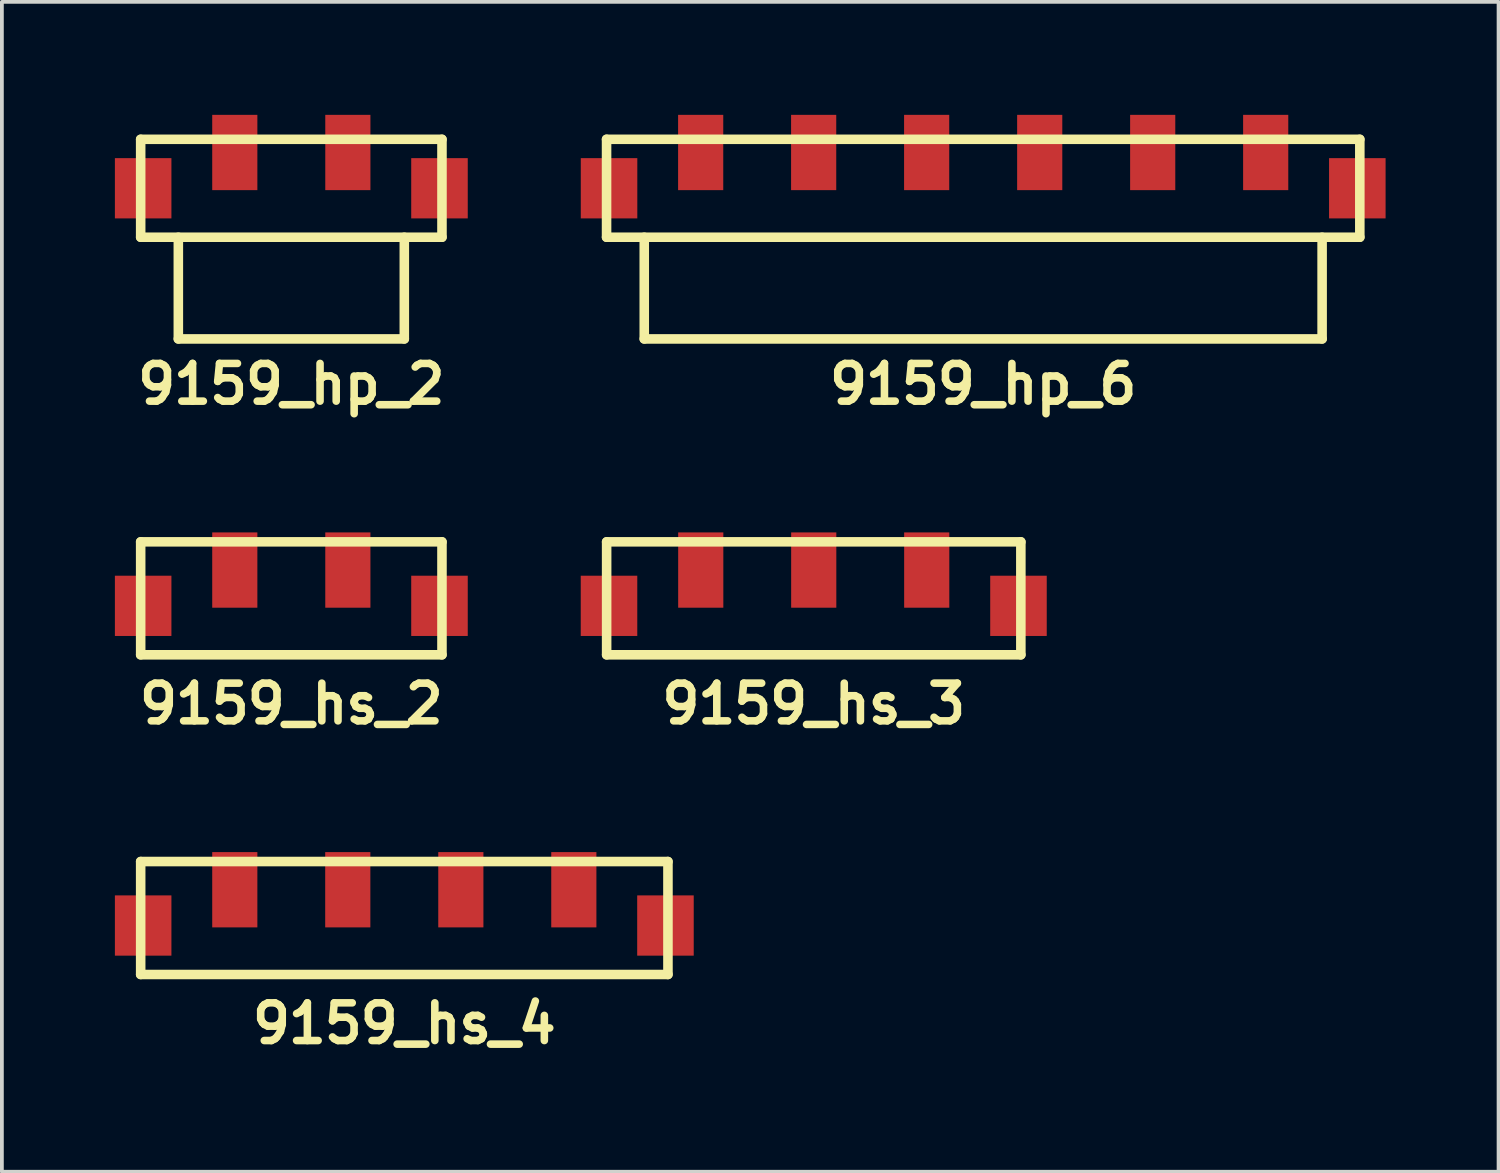
<source format=kicad_pcb>
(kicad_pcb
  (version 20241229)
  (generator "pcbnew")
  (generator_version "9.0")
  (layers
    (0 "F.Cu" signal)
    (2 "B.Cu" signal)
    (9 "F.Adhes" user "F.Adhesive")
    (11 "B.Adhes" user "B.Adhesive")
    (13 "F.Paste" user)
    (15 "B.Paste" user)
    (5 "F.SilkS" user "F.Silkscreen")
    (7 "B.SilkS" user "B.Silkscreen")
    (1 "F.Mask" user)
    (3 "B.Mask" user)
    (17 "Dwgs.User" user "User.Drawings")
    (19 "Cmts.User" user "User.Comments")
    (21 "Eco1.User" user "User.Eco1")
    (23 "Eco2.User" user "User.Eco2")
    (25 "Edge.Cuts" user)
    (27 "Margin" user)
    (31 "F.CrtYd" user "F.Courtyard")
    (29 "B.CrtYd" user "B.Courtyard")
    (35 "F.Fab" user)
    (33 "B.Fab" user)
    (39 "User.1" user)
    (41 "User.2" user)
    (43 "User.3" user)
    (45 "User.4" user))
  (footprint "9159_hp_2"
    (layer "F.Cu")
    (at 4.685 1.949)
    (property "Reference" "9159_hp_2" (at 0 5.199 0) (layer "F.SilkS") (effects (font (size 1.001 1.001) (thickness 0.201))))
    (attr through_hole)
    (fp_line (start -4 -1.3) (end -4 1.3) (stroke (width 0.254) (type solid)) (layer "F.SilkS"))
    (fp_line (start -4 1.3) (end 4 1.3) (stroke (width 0.254) (type solid)) (layer "F.SilkS"))
    (fp_line (start -3 1.3) (end -3 4) (stroke (width 0.254) (type solid)) (layer "F.SilkS"))
    (fp_line (start -3 4) (end 3 4) (stroke (width 0.254) (type solid)) (layer "F.SilkS"))
    (fp_line (start 3 4) (end 3 1.3) (stroke (width 0.254) (type solid)) (layer "F.SilkS"))
    (fp_line (start 4 -1.3) (end -4 -1.3) (stroke (width 0.254) (type solid)) (layer "F.SilkS"))
    (fp_line (start 4 1.3) (end 4 -1.3) (stroke (width 0.254) (type solid)) (layer "F.SilkS"))
    (pad "1" smd rect (at -1.501 -0.95) (size 1.199 1.999) (layers "F.Cu" "F.Mask" "F.Paste"))
    (pad "2" smd rect (at 1.501 -0.95) (size 1.199 1.999) (layers "F.Cu" "F.Mask" "F.Paste"))
    (pad "3" smd rect (at -3.934 0) (size 1.501 1.6) (layers "F.Cu" "F.Mask" "F.Paste"))
    (pad "3" smd rect (at 3.934 0) (size 1.501 1.6) (layers "F.Cu" "F.Mask" "F.Paste")))
  (footprint "9159_hs_4"
    (layer "F.Cu")
    (at 7.685 21.524)
    (property "Reference" "9159_hs_4" (at 0 2.601 0) (layer "F.SilkS") (effects (font (size 1.001 1.001) (thickness 0.201))))
    (attr through_hole)
    (fp_line (start -7 -1.699) (end -7 1.3) (stroke (width 0.254) (type solid)) (layer "F.SilkS"))
    (fp_line (start -7 1.3) (end 7 1.3) (stroke (width 0.254) (type solid)) (layer "F.SilkS"))
    (fp_line (start 7 -1.699) (end -7 -1.699) (stroke (width 0.254) (type solid)) (layer "F.SilkS"))
    (fp_line (start 7 -1.699) (end 7 1.3) (stroke (width 0.254) (type solid)) (layer "F.SilkS"))
    (pad "1" smd rect (at -4.501 -0.95) (size 1.199 1.999) (layers "F.Cu" "F.Mask" "F.Paste"))
    (pad "2" smd rect (at -1.501 -0.95) (size 1.199 1.999) (layers "F.Cu" "F.Mask" "F.Paste"))
    (pad "3" smd rect (at 1.501 -0.95) (size 1.199 1.999) (layers "F.Cu" "F.Mask" "F.Paste"))
    (pad "4" smd rect (at 4.501 -0.95) (size 1.199 1.999) (layers "F.Cu" "F.Mask" "F.Paste"))
    (pad "5" smd rect (at -6.934 0) (size 1.501 1.6) (layers "F.Cu" "F.Mask" "F.Paste"))
    (pad "5" smd rect (at 6.934 0) (size 1.501 1.6) (layers "F.Cu" "F.Mask" "F.Paste")))
  (footprint "9159_hp_6"
    (layer "F.Cu")
    (at 23.055 1.949)
    (property "Reference" "9159_hp_6" (at 0 5.199 0) (layer "F.SilkS") (effects (font (size 1.001 1.001) (thickness 0.201))))
    (attr through_hole)
    (fp_line (start -10 -1.3) (end -10 1.3) (stroke (width 0.254) (type solid)) (layer "F.SilkS"))
    (fp_line (start -10 -1.3) (end 10 -1.3) (stroke (width 0.254) (type solid)) (layer "F.SilkS"))
    (fp_line (start -8.999 1.3) (end -8.999 4) (stroke (width 0.254) (type solid)) (layer "F.SilkS"))
    (fp_line (start 8.999 4) (end -8.999 4) (stroke (width 0.254) (type solid)) (layer "F.SilkS"))
    (fp_line (start 8.999 4) (end 8.999 1.3) (stroke (width 0.254) (type solid)) (layer "F.SilkS"))
    (fp_line (start 10 1.3) (end -10 1.3) (stroke (width 0.254) (type solid)) (layer "F.SilkS"))
    (fp_line (start 10 1.3) (end 10 -1.3) (stroke (width 0.254) (type solid)) (layer "F.SilkS"))
    (pad "1" smd rect (at -7.501 -0.95) (size 1.199 1.999) (layers "F.Cu" "F.Mask" "F.Paste"))
    (pad "2" smd rect (at -4.501 -0.95) (size 1.199 1.999) (layers "F.Cu" "F.Mask" "F.Paste"))
    (pad "3" smd rect (at -1.501 -0.95) (size 1.199 1.999) (layers "F.Cu" "F.Mask" "F.Paste"))
    (pad "4" smd rect (at 1.501 -0.95) (size 1.199 1.999) (layers "F.Cu" "F.Mask" "F.Paste"))
    (pad "5" smd rect (at 4.501 -0.95) (size 1.199 1.999) (layers "F.Cu" "F.Mask" "F.Paste"))
    (pad "6" smd rect (at 7.501 -0.95) (size 1.199 1.999) (layers "F.Cu" "F.Mask" "F.Paste"))
    (pad "7" smd rect (at -9.934 0) (size 1.501 1.6) (layers "F.Cu" "F.Mask" "F.Paste"))
    (pad "7" smd rect (at 9.934 0) (size 1.501 1.6) (layers "F.Cu" "F.Mask" "F.Paste")))
  (footprint "9159_hs_3"
    (layer "F.Cu")
    (at 18.556 13.036)
    (property "Reference" "9159_hs_3" (at 0 2.601 0) (layer "F.SilkS") (effects (font (size 1.001 1.001) (thickness 0.201))))
    (attr through_hole)
    (fp_line (start -5.499 -1.699) (end -5.499 1.3) (stroke (width 0.254) (type solid)) (layer "F.SilkS"))
    (fp_line (start -5.499 -1.699) (end 5.499 -1.699) (stroke (width 0.254) (type solid)) (layer "F.SilkS"))
    (fp_line (start 5.499 -1.699) (end 5.499 1.3) (stroke (width 0.254) (type solid)) (layer "F.SilkS"))
    (fp_line (start 5.499 1.3) (end -5.499 1.3) (stroke (width 0.254) (type solid)) (layer "F.SilkS"))
    (pad "1" smd rect (at -3 -0.95) (size 1.199 1.999) (layers "F.Cu" "F.Mask" "F.Paste"))
    (pad "2" smd rect (at 0 -0.95) (size 1.199 1.999) (layers "F.Cu" "F.Mask" "F.Paste"))
    (pad "3" smd rect (at 3 -0.95) (size 1.199 1.999) (layers "F.Cu" "F.Mask" "F.Paste"))
    (pad "4" smd rect (at -5.436 0) (size 1.501 1.6) (layers "F.Cu" "F.Mask" "F.Paste"))
    (pad "4" smd rect (at 5.436 0) (size 1.501 1.6) (layers "F.Cu" "F.Mask" "F.Paste")))
  (footprint "9159_hs_2"
    (layer "F.Cu")
    (at 4.685 13.036)
    (property "Reference" "9159_hs_2" (at 0 2.601 0) (layer "F.SilkS") (effects (font (size 1.001 1.001) (thickness 0.201))))
    (attr through_hole)
    (fp_line (start -4 -1.699) (end -4 1.3) (stroke (width 0.254) (type solid)) (layer "F.SilkS"))
    (fp_line (start -4 1.3) (end 4 1.3) (stroke (width 0.254) (type solid)) (layer "F.SilkS"))
    (fp_line (start 4 -1.699) (end -4 -1.699) (stroke (width 0.254) (type solid)) (layer "F.SilkS"))
    (fp_line (start 4 -1.699) (end 4 1.3) (stroke (width 0.254) (type solid)) (layer "F.SilkS"))
    (pad "1" smd rect (at -1.501 -0.95) (size 1.199 1.999) (layers "F.Cu" "F.Mask" "F.Paste"))
    (pad "2" smd rect (at 1.501 -0.95) (size 1.199 1.999) (layers "F.Cu" "F.Mask" "F.Paste"))
    (pad "3" smd rect (at -3.934 0) (size 1.501 1.6) (layers "F.Cu" "F.Mask" "F.Paste"))
    (pad "3" smd rect (at 3.934 0) (size 1.501 1.6) (layers "F.Cu" "F.Mask" "F.Paste")))
  (gr_rect
    (start -3 -3)
    (end 36.739 28.062)
    (stroke (width 0.1) (type default))
    (fill no)
    (layer "Edge.Cuts")))
</source>
